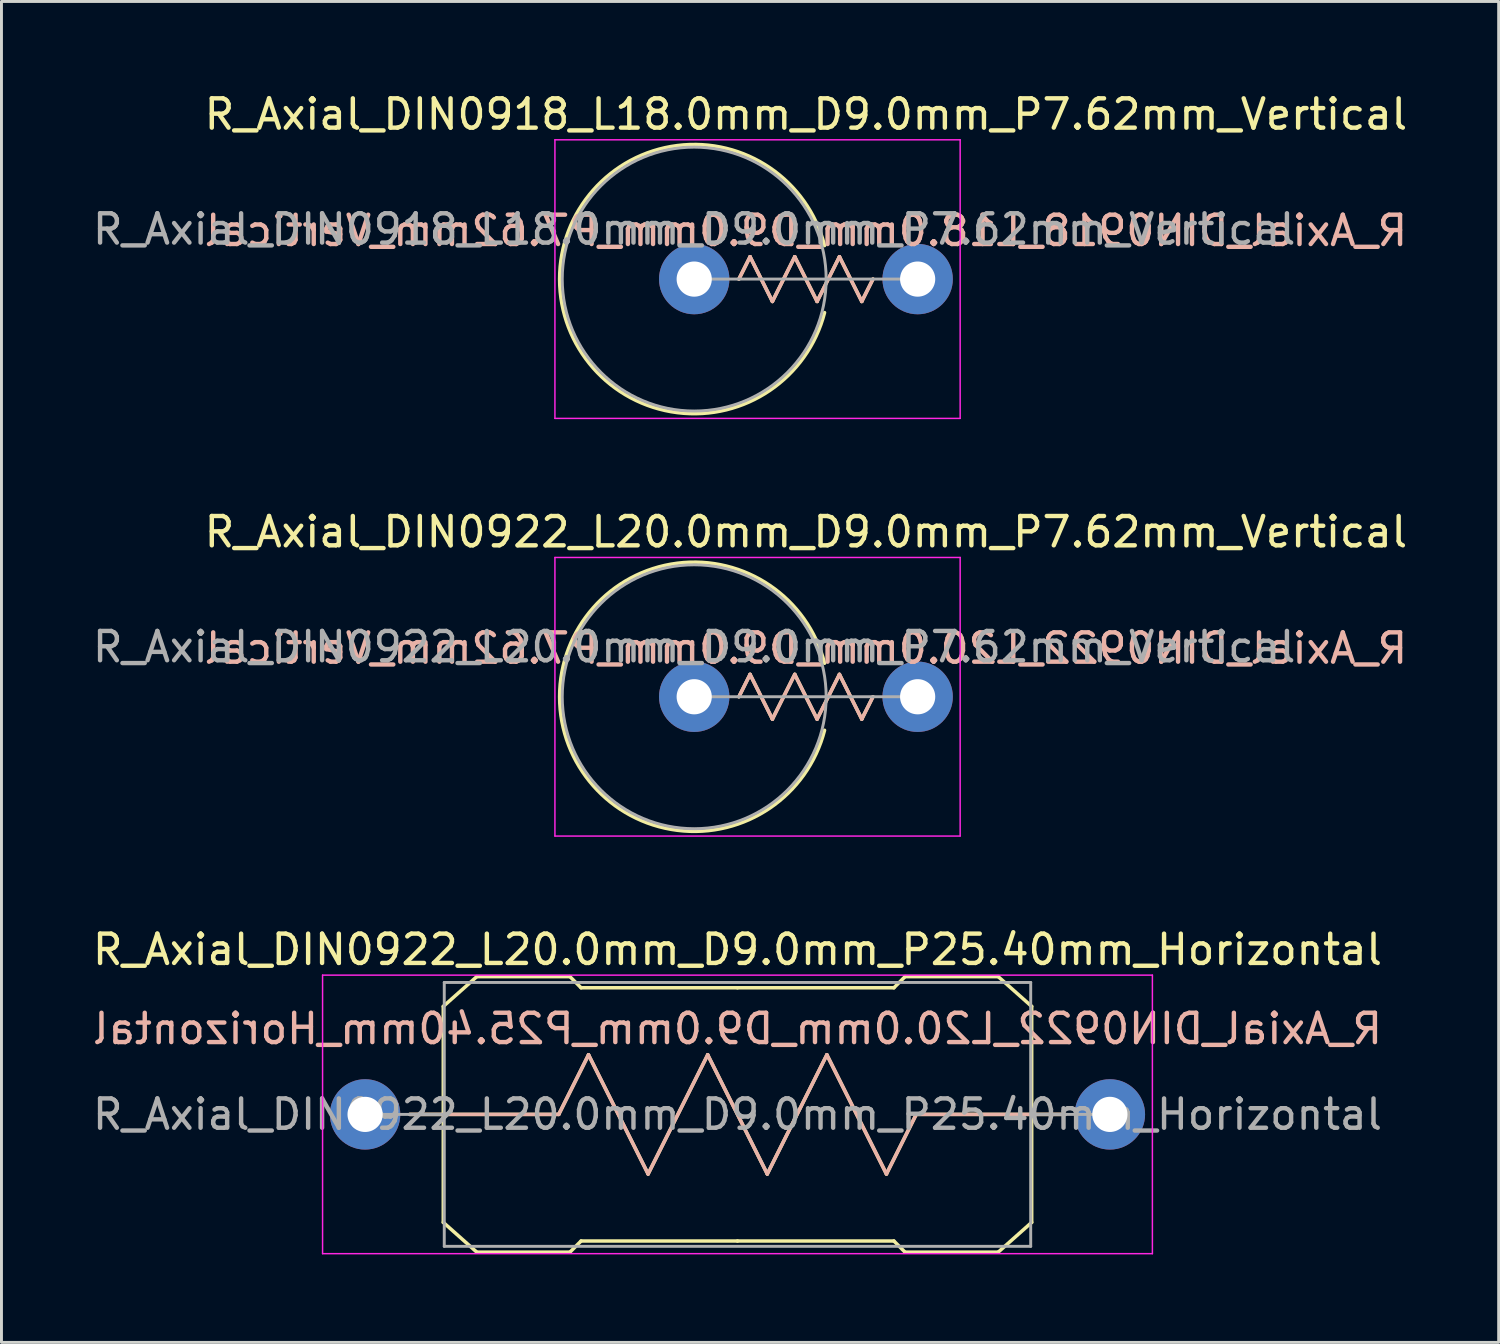
<source format=kicad_pcb>
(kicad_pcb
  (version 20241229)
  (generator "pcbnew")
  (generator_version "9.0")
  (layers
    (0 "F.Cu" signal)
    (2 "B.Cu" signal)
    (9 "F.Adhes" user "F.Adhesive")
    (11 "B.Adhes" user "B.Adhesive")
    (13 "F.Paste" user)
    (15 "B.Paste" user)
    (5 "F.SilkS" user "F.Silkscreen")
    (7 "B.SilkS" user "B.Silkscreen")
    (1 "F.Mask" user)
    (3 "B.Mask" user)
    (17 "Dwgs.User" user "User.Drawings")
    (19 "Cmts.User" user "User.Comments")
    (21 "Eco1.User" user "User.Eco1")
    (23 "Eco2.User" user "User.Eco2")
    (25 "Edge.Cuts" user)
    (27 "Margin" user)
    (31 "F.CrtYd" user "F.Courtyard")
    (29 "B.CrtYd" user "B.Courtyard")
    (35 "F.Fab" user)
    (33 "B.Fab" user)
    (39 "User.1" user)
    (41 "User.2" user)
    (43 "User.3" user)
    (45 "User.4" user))
  (footprint "R_Axial_DIN0918_L18.0mm_D9.0mm_P7.62mm_Vertical"
    (layer "F.Cu")
    (at 20.625 6.468)
    (property "Reference" "R_Axial_DIN0918_L18.0mm_D9.0mm_P7.62mm_Vertical" (at 3.81 -5.62 0) (layer "F.SilkS") (effects (font (size 1 1) (thickness 0.15))))
    (attr through_hole)
    (fp_line (start 1.524 0) (end 1.905 -0.762) (stroke (width 0.12) (type solid)) (layer "F.SilkS"))
    (fp_line (start 1.905 -0.762) (end 2.667 0.762) (stroke (width 0.12) (type solid)) (layer "F.SilkS"))
    (fp_line (start 2.667 0.762) (end 3.429 -0.762) (stroke (width 0.12) (type solid)) (layer "F.SilkS"))
    (fp_line (start 3.429 -0.762) (end 4.191 0.762) (stroke (width 0.12) (type solid)) (layer "F.SilkS"))
    (fp_line (start 4.191 0.762) (end 4.953 -0.762) (stroke (width 0.12) (type solid)) (layer "F.SilkS"))
    (fp_line (start 4.953 -0.762) (end 5.715 0.762) (stroke (width 0.12) (type solid)) (layer "F.SilkS"))
    (fp_line (start 5.715 0.762) (end 6.096 0) (stroke (width 0.12) (type solid)) (layer "F.SilkS"))
    (fp_arc (start 4.444999 1.143) (mid -4.589604 0) (end 4.444999 -1.143) (stroke (width 0.12) (type solid)) (layer "F.SilkS"))
    (fp_line (start 1.524 0) (end 1.905 -0.762) (stroke (width 0.12) (type solid)) (layer "B.SilkS"))
    (fp_line (start 1.905 -0.762) (end 2.667 0.762) (stroke (width 0.12) (type solid)) (layer "B.SilkS"))
    (fp_line (start 2.667 0.762) (end 3.429 -0.762) (stroke (width 0.12) (type solid)) (layer "B.SilkS"))
    (fp_line (start 3.429 -0.762) (end 4.191 0.762) (stroke (width 0.12) (type solid)) (layer "B.SilkS"))
    (fp_line (start 4.191 0.762) (end 4.953 -0.762) (stroke (width 0.12) (type solid)) (layer "B.SilkS"))
    (fp_line (start 4.953 -0.762) (end 5.715 0.762) (stroke (width 0.12) (type solid)) (layer "B.SilkS"))
    (fp_line (start 5.715 0.762) (end 6.096 0) (stroke (width 0.12) (type solid)) (layer "B.SilkS"))
    (fp_line (start -4.75 -4.75) (end -4.75 4.75) (stroke (width 0.05) (type solid)) (layer "F.CrtYd"))
    (fp_line (start -4.75 4.75) (end 9.07 4.75) (stroke (width 0.05) (type solid)) (layer "F.CrtYd"))
    (fp_line (start 9.07 -4.75) (end -4.75 -4.75) (stroke (width 0.05) (type solid)) (layer "F.CrtYd"))
    (fp_line (start 9.07 4.75) (end 9.07 -4.75) (stroke (width 0.05) (type solid)) (layer "F.CrtYd"))
    (fp_line (start 0 0) (end 7.62 0) (stroke (width 0.1) (type solid)) (layer "F.Fab"))
    (fp_circle (center 0 0) (end 4.5 0) (stroke (width 0.1) (type solid)) (fill no) (layer "F.Fab"))
    (fp_text user "${REFERENCE}" (at 3.81 -1.651 0) (unlocked yes) (layer "B.SilkS") (effects (font (size 1 1) (thickness 0.15)) (justify mirror)))
    (fp_text user "${REFERENCE}" (at 0 -1.7 0) (layer "F.Fab") (effects (font (size 1 1) (thickness 0.15))))
    (pad "1" thru_hole circle (at 0 0) (size 2.4 2.4) (drill 1.2) (layers "*.Cu" "*.Mask"))
    (pad "2" thru_hole oval (at 7.62 0) (size 2.4 2.4) (drill 1.2) (layers "*.Cu" "*.Mask")))
  (footprint "R_Axial_DIN0922_L20.0mm_D9.0mm_P25.40mm_Horizontal"
    (layer "F.Cu")
    (at 9.401 34.955)
    (property "Reference" "R_Axial_DIN0922_L20.0mm_D9.0mm_P25.40mm_Horizontal" (at 12.7 -5.62 0) (layer "F.SilkS") (effects (font (size 1 1) (thickness 0.15))))
    (attr through_hole)
    (fp_line (start 2.667 -3.683) (end 2.667 3.683) (stroke (width 0.12) (type solid)) (layer "F.SilkS"))
    (fp_line (start 2.667 -3.683) (end 3.81 -4.699) (stroke (width 0.12) (type solid)) (layer "F.SilkS"))
    (fp_line (start 2.667 0) (end 1.524 0) (stroke (width 0.12) (type solid)) (layer "F.SilkS"))
    (fp_line (start 2.667 0) (end 6.604 0) (stroke (width 0.12) (type solid)) (layer "F.SilkS"))
    (fp_line (start 2.667 3.683) (end 3.81 4.699) (stroke (width 0.12) (type solid)) (layer "F.SilkS"))
    (fp_line (start 3.81 -4.699) (end 6.985 -4.699) (stroke (width 0.12) (type solid)) (layer "F.SilkS"))
    (fp_line (start 3.81 4.699) (end 6.985 4.699) (stroke (width 0.12) (type solid)) (layer "F.SilkS"))
    (fp_line (start 6.604 0) (end 7.62 -2.032) (stroke (width 0.12) (type solid)) (layer "F.SilkS"))
    (fp_line (start 6.985 -4.699) (end 7.366 -4.318) (stroke (width 0.12) (type solid)) (layer "F.SilkS"))
    (fp_line (start 6.985 4.699) (end 7.366 4.318) (stroke (width 0.12) (type solid)) (layer "F.SilkS"))
    (fp_line (start 7.366 -4.318) (end 12.7 -4.318) (stroke (width 0.12) (type solid)) (layer "F.SilkS"))
    (fp_line (start 7.366 4.318) (end 12.7 4.318) (stroke (width 0.12) (type solid)) (layer "F.SilkS"))
    (fp_line (start 7.62 -2.032) (end 9.652 2.032) (stroke (width 0.12) (type solid)) (layer "F.SilkS"))
    (fp_line (start 9.652 2.032) (end 11.684 -2.032) (stroke (width 0.12) (type solid)) (layer "F.SilkS"))
    (fp_line (start 11.684 -2.032) (end 13.716 2.032) (stroke (width 0.12) (type solid)) (layer "F.SilkS"))
    (fp_line (start 13.716 2.032) (end 15.748 -2.032) (stroke (width 0.12) (type solid)) (layer "F.SilkS"))
    (fp_line (start 15.748 -2.032) (end 17.78 2.032) (stroke (width 0.12) (type solid)) (layer "F.SilkS"))
    (fp_line (start 17.78 2.032) (end 18.796 0) (stroke (width 0.12) (type solid)) (layer "F.SilkS"))
    (fp_line (start 18.034 -4.318) (end 12.7 -4.318) (stroke (width 0.12) (type solid)) (layer "F.SilkS"))
    (fp_line (start 18.034 4.318) (end 12.7 4.318) (stroke (width 0.12) (type solid)) (layer "F.SilkS"))
    (fp_line (start 18.415 -4.699) (end 18.034 -4.318) (stroke (width 0.12) (type solid)) (layer "F.SilkS"))
    (fp_line (start 18.415 4.699) (end 18.034 4.318) (stroke (width 0.12) (type solid)) (layer "F.SilkS"))
    (fp_line (start 21.59 -4.699) (end 18.415 -4.699) (stroke (width 0.12) (type solid)) (layer "F.SilkS"))
    (fp_line (start 21.59 4.699) (end 18.415 4.699) (stroke (width 0.12) (type solid)) (layer "F.SilkS"))
    (fp_line (start 22.733 -3.683) (end 21.59 -4.699) (stroke (width 0.12) (type solid)) (layer "F.SilkS"))
    (fp_line (start 22.733 -3.683) (end 22.733 3.683) (stroke (width 0.12) (type solid)) (layer "F.SilkS"))
    (fp_line (start 22.733 0) (end 18.796 0) (stroke (width 0.12) (type solid)) (layer "F.SilkS"))
    (fp_line (start 22.733 0) (end 23.876 0) (stroke (width 0.12) (type solid)) (layer "F.SilkS"))
    (fp_line (start 22.733 3.683) (end 21.59 4.699) (stroke (width 0.12) (type solid)) (layer "F.SilkS"))
    (fp_line (start 1.524 0) (end 6.604 0) (stroke (width 0.12) (type solid)) (layer "B.SilkS"))
    (fp_line (start 6.604 0) (end 7.62 -2.032) (stroke (width 0.12) (type solid)) (layer "B.SilkS"))
    (fp_line (start 7.62 -2.032) (end 9.652 2.032) (stroke (width 0.12) (type solid)) (layer "B.SilkS"))
    (fp_line (start 9.652 2.032) (end 11.684 -2.032) (stroke (width 0.12) (type solid)) (layer "B.SilkS"))
    (fp_line (start 11.684 -2.032) (end 13.716 2.032) (stroke (width 0.12) (type solid)) (layer "B.SilkS"))
    (fp_line (start 13.716 2.032) (end 15.748 -2.032) (stroke (width 0.12) (type solid)) (layer "B.SilkS"))
    (fp_line (start 15.748 -2.032) (end 17.78 2.032) (stroke (width 0.12) (type solid)) (layer "B.SilkS"))
    (fp_line (start 17.78 2.032) (end 18.796 0) (stroke (width 0.12) (type solid)) (layer "B.SilkS"))
    (fp_line (start 18.796 0) (end 23.876 0) (stroke (width 0.12) (type solid)) (layer "B.SilkS"))
    (fp_line (start -1.45 -4.75) (end -1.45 4.75) (stroke (width 0.05) (type solid)) (layer "F.CrtYd"))
    (fp_line (start -1.45 4.75) (end 26.85 4.75) (stroke (width 0.05) (type solid)) (layer "F.CrtYd"))
    (fp_line (start 26.85 -4.75) (end -1.45 -4.75) (stroke (width 0.05) (type solid)) (layer "F.CrtYd"))
    (fp_line (start 26.85 4.75) (end 26.85 -4.75) (stroke (width 0.05) (type solid)) (layer "F.CrtYd"))
    (fp_line (start 0 0) (end 2.7 0) (stroke (width 0.1) (type solid)) (layer "F.Fab"))
    (fp_line (start 2.7 -4.5) (end 2.7 4.5) (stroke (width 0.1) (type solid)) (layer "F.Fab"))
    (fp_line (start 2.7 4.5) (end 22.7 4.5) (stroke (width 0.1) (type solid)) (layer "F.Fab"))
    (fp_line (start 22.7 -4.5) (end 2.7 -4.5) (stroke (width 0.1) (type solid)) (layer "F.Fab"))
    (fp_line (start 22.7 4.5) (end 22.7 -4.5) (stroke (width 0.1) (type solid)) (layer "F.Fab"))
    (fp_line (start 25.4 0) (end 22.7 0) (stroke (width 0.1) (type solid)) (layer "F.Fab"))
    (fp_text user "${REFERENCE}" (at 12.7 -2.921 0) (unlocked yes) (layer "B.SilkS") (effects (font (size 1 1) (thickness 0.15)) (justify mirror)))
    (fp_text user "${REFERENCE}" (at 12.7 0 0) (layer "F.Fab") (effects (font (size 1 1) (thickness 0.15))))
    (pad "1" thru_hole circle (at 0 0) (size 2.4 2.4) (drill 1.2) (layers "*.Cu" "*.Mask"))
    (pad "2" thru_hole oval (at 25.4 0) (size 2.4 2.4) (drill 1.2) (layers "*.Cu" "*.Mask")))
  (footprint "R_Axial_DIN0922_L20.0mm_D9.0mm_P7.62mm_Vertical"
    (layer "F.Cu")
    (at 20.625 20.712)
    (property "Reference" "R_Axial_DIN0922_L20.0mm_D9.0mm_P7.62mm_Vertical" (at 3.81 -5.62 0) (layer "F.SilkS") (effects (font (size 1 1) (thickness 0.15))))
    (attr through_hole)
    (fp_line (start 1.524 0) (end 1.905 -0.762) (stroke (width 0.12) (type solid)) (layer "F.SilkS"))
    (fp_line (start 1.905 -0.762) (end 2.667 0.762) (stroke (width 0.12) (type solid)) (layer "F.SilkS"))
    (fp_line (start 2.667 0.762) (end 3.429 -0.762) (stroke (width 0.12) (type solid)) (layer "F.SilkS"))
    (fp_line (start 3.429 -0.762) (end 4.191 0.762) (stroke (width 0.12) (type solid)) (layer "F.SilkS"))
    (fp_line (start 4.191 0.762) (end 4.953 -0.762) (stroke (width 0.12) (type solid)) (layer "F.SilkS"))
    (fp_line (start 4.953 -0.762) (end 5.715 0.762) (stroke (width 0.12) (type solid)) (layer "F.SilkS"))
    (fp_line (start 5.715 0.762) (end 6.096 0) (stroke (width 0.12) (type solid)) (layer "F.SilkS"))
    (fp_arc (start 4.444999 1.143) (mid -4.589604 0) (end 4.444999 -1.143) (stroke (width 0.12) (type solid)) (layer "F.SilkS"))
    (fp_line (start 1.524 0) (end 1.905 -0.762) (stroke (width 0.12) (type solid)) (layer "B.SilkS"))
    (fp_line (start 1.905 -0.762) (end 2.667 0.762) (stroke (width 0.12) (type solid)) (layer "B.SilkS"))
    (fp_line (start 2.667 0.762) (end 3.429 -0.762) (stroke (width 0.12) (type solid)) (layer "B.SilkS"))
    (fp_line (start 3.429 -0.762) (end 4.191 0.762) (stroke (width 0.12) (type solid)) (layer "B.SilkS"))
    (fp_line (start 4.191 0.762) (end 4.953 -0.762) (stroke (width 0.12) (type solid)) (layer "B.SilkS"))
    (fp_line (start 4.953 -0.762) (end 5.715 0.762) (stroke (width 0.12) (type solid)) (layer "B.SilkS"))
    (fp_line (start 5.715 0.762) (end 6.096 0) (stroke (width 0.12) (type solid)) (layer "B.SilkS"))
    (fp_line (start -4.75 -4.75) (end -4.75 4.75) (stroke (width 0.05) (type solid)) (layer "F.CrtYd"))
    (fp_line (start -4.75 4.75) (end 9.07 4.75) (stroke (width 0.05) (type solid)) (layer "F.CrtYd"))
    (fp_line (start 9.07 -4.75) (end -4.75 -4.75) (stroke (width 0.05) (type solid)) (layer "F.CrtYd"))
    (fp_line (start 9.07 4.75) (end 9.07 -4.75) (stroke (width 0.05) (type solid)) (layer "F.CrtYd"))
    (fp_line (start 0 0) (end 7.62 0) (stroke (width 0.1) (type solid)) (layer "F.Fab"))
    (fp_circle (center 0 0) (end 4.5 0) (stroke (width 0.1) (type solid)) (fill no) (layer "F.Fab"))
    (fp_text user "${REFERENCE}" (at 3.81 -1.651 0) (unlocked yes) (layer "B.SilkS") (effects (font (size 1 1) (thickness 0.15)) (justify mirror)))
    (fp_text user "${REFERENCE}" (at 0 -1.7 0) (layer "F.Fab") (effects (font (size 1 1) (thickness 0.15))))
    (pad "1" thru_hole circle (at 0 0) (size 2.4 2.4) (drill 1.2) (layers "*.Cu" "*.Mask"))
    (pad "2" thru_hole oval (at 7.62 0) (size 2.4 2.4) (drill 1.2) (layers "*.Cu" "*.Mask")))
  (gr_rect
    (start -3 -3)
    (end 48.06 42.73)
    (stroke (width 0.1) (type default))
    (fill no)
    (layer "Edge.Cuts")))
</source>
